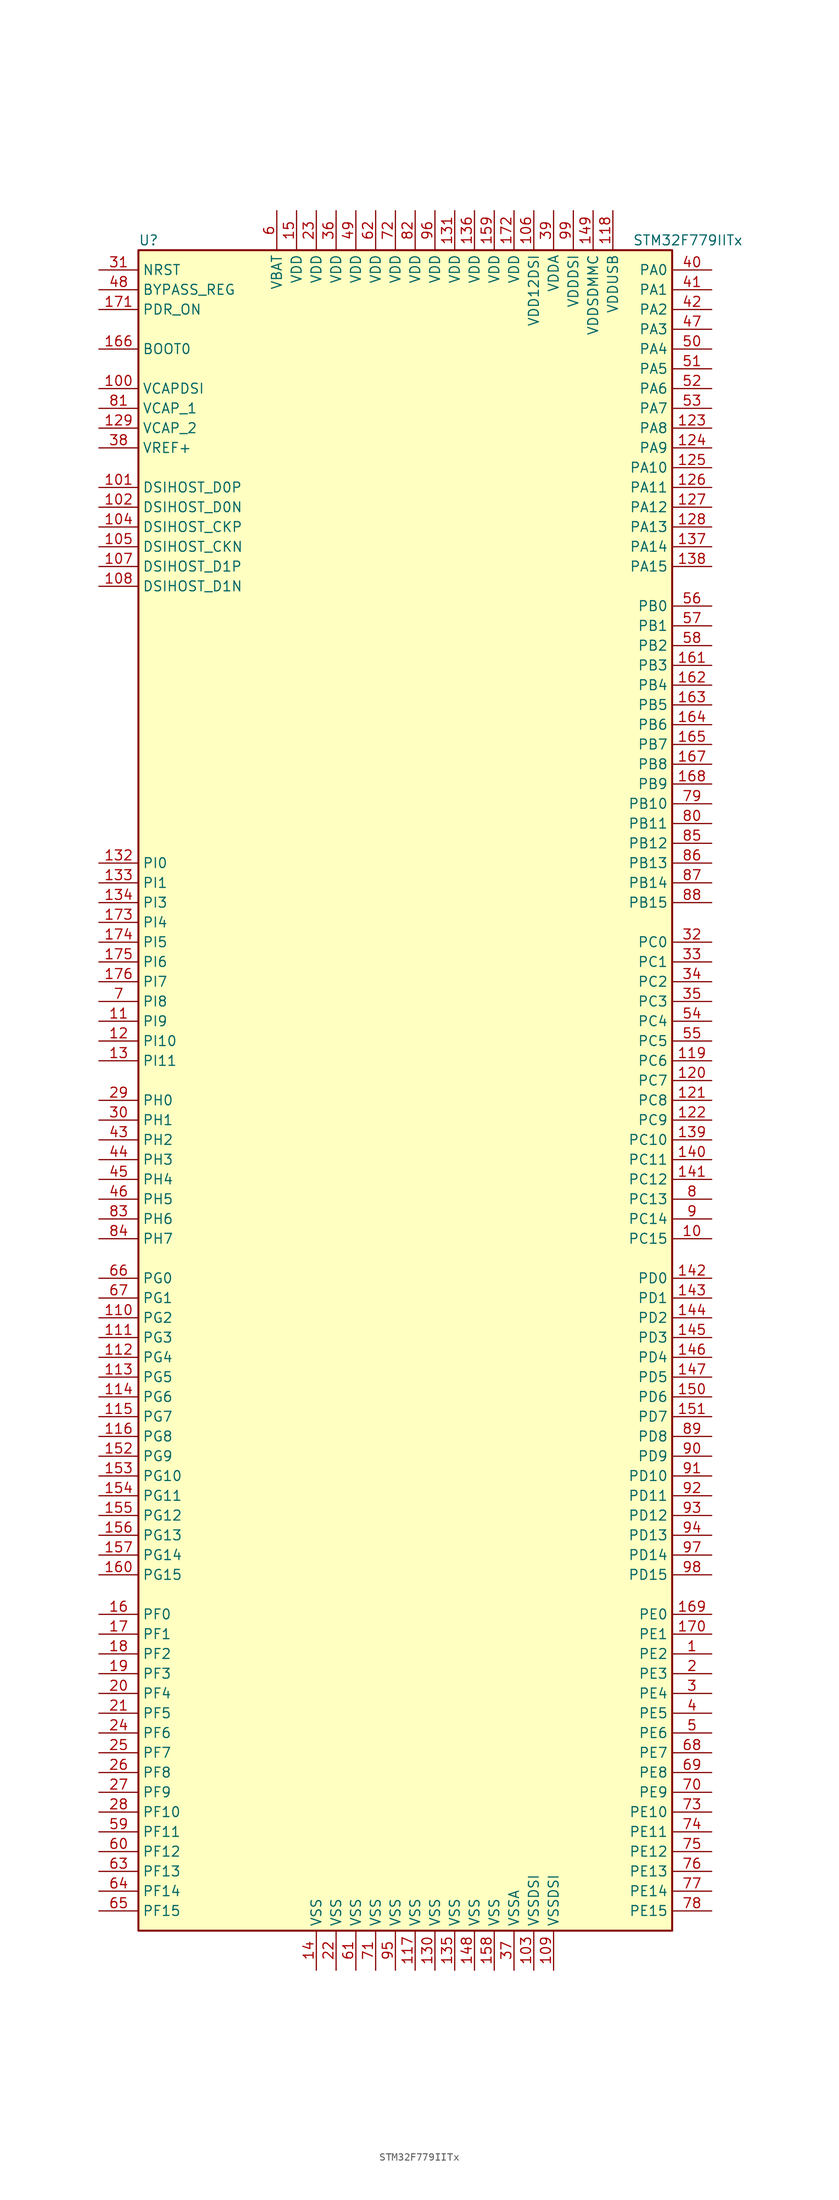
<source format=kicad_sym>
(kicad_symbol_lib
  (version 20201005)
  (generator kicad_symbol_editor)
  (symbol "STM32F779IITx"
    (property "Reference" "U"
      (at -35.56 107.95 0)
      (effects (font (size 1.27 1.27)) (justify left)))
    (property "Value" "STM32F779IITx"
      (at 27.94 107.95 0)
      (effects (font (size 1.27 1.27)) (justify left)))
    (symbol "STM32F779IITx_0_1"
      (rectangle (start -35.56 -109.22) (end 33.02 106.68) (stroke (width 0.254)) (fill (type background))))
    (symbol "STM32F779IITx_1_1"
      (pin bidirectional line (at 38.1 -73.66 180) (length 5.08) (name "PE2" (effects (font (size 1.27 1.27)))) (number "1" (effects (font (size 1.27 1.27)))))
      (pin bidirectional line (at 38.1 -20.32 180) (length 5.08) (name "PC15" (effects (font (size 1.27 1.27)))) (number "10" (effects (font (size 1.27 1.27)))))
      (pin power_in line (at -40.64 88.9 0) (length 5.08) (name "VCAPDSI" (effects (font (size 1.27 1.27)))) (number "100" (effects (font (size 1.27 1.27)))))
      (pin bidirectional line (at -40.64 76.2 0) (length 5.08) (name "DSIHOST_D0P" (effects (font (size 1.27 1.27)))) (number "101" (effects (font (size 1.27 1.27)))))
      (pin bidirectional line (at -40.64 73.66 0) (length 5.08) (name "DSIHOST_D0N" (effects (font (size 1.27 1.27)))) (number "102" (effects (font (size 1.27 1.27)))))
      (pin power_in line (at 15.24 -114.3 90) (length 5.08) (name "VSSDSI" (effects (font (size 1.27 1.27)))) (number "103" (effects (font (size 1.27 1.27)))))
      (pin bidirectional line (at -40.64 71.12 0) (length 5.08) (name "DSIHOST_CKP" (effects (font (size 1.27 1.27)))) (number "104" (effects (font (size 1.27 1.27)))))
      (pin bidirectional line (at -40.64 68.58 0) (length 5.08) (name "DSIHOST_CKN" (effects (font (size 1.27 1.27)))) (number "105" (effects (font (size 1.27 1.27)))))
      (pin power_in line (at 15.24 111.76 270) (length 5.08) (name "VDD12DSI" (effects (font (size 1.27 1.27)))) (number "106" (effects (font (size 1.27 1.27)))))
      (pin bidirectional line (at -40.64 66.04 0) (length 5.08) (name "DSIHOST_D1P" (effects (font (size 1.27 1.27)))) (number "107" (effects (font (size 1.27 1.27)))))
      (pin bidirectional line (at -40.64 63.5 0) (length 5.08) (name "DSIHOST_D1N" (effects (font (size 1.27 1.27)))) (number "108" (effects (font (size 1.27 1.27)))))
      (pin power_in line (at 17.78 -114.3 90) (length 5.08) (name "VSSDSI" (effects (font (size 1.27 1.27)))) (number "109" (effects (font (size 1.27 1.27)))))
      (pin bidirectional line (at -40.64 7.62 0) (length 5.08) (name "PI9" (effects (font (size 1.27 1.27)))) (number "11" (effects (font (size 1.27 1.27)))))
      (pin bidirectional line (at -40.64 -30.48 0) (length 5.08) (name "PG2" (effects (font (size 1.27 1.27)))) (number "110" (effects (font (size 1.27 1.27)))))
      (pin bidirectional line (at -40.64 -33.02 0) (length 5.08) (name "PG3" (effects (font (size 1.27 1.27)))) (number "111" (effects (font (size 1.27 1.27)))))
      (pin bidirectional line (at -40.64 -35.56 0) (length 5.08) (name "PG4" (effects (font (size 1.27 1.27)))) (number "112" (effects (font (size 1.27 1.27)))))
      (pin bidirectional line (at -40.64 -38.1 0) (length 5.08) (name "PG5" (effects (font (size 1.27 1.27)))) (number "113" (effects (font (size 1.27 1.27)))))
      (pin bidirectional line (at -40.64 -40.64 0) (length 5.08) (name "PG6" (effects (font (size 1.27 1.27)))) (number "114" (effects (font (size 1.27 1.27)))))
      (pin bidirectional line (at -40.64 -43.18 0) (length 5.08) (name "PG7" (effects (font (size 1.27 1.27)))) (number "115" (effects (font (size 1.27 1.27)))))
      (pin bidirectional line (at -40.64 -45.72 0) (length 5.08) (name "PG8" (effects (font (size 1.27 1.27)))) (number "116" (effects (font (size 1.27 1.27)))))
      (pin power_in line (at 0 -114.3 90) (length 5.08) (name "VSS" (effects (font (size 1.27 1.27)))) (number "117" (effects (font (size 1.27 1.27)))))
      (pin power_in line (at 25.4 111.76 270) (length 5.08) (name "VDDUSB" (effects (font (size 1.27 1.27)))) (number "118" (effects (font (size 1.27 1.27)))))
      (pin bidirectional line (at 38.1 2.54 180) (length 5.08) (name "PC6" (effects (font (size 1.27 1.27)))) (number "119" (effects (font (size 1.27 1.27)))))
      (pin bidirectional line (at -40.64 5.08 0) (length 5.08) (name "PI10" (effects (font (size 1.27 1.27)))) (number "12" (effects (font (size 1.27 1.27)))))
      (pin bidirectional line (at 38.1 0 180) (length 5.08) (name "PC7" (effects (font (size 1.27 1.27)))) (number "120" (effects (font (size 1.27 1.27)))))
      (pin bidirectional line (at 38.1 -2.54 180) (length 5.08) (name "PC8" (effects (font (size 1.27 1.27)))) (number "121" (effects (font (size 1.27 1.27)))))
      (pin bidirectional line (at 38.1 -5.08 180) (length 5.08) (name "PC9" (effects (font (size 1.27 1.27)))) (number "122" (effects (font (size 1.27 1.27)))))
      (pin bidirectional line (at 38.1 83.82 180) (length 5.08) (name "PA8" (effects (font (size 1.27 1.27)))) (number "123" (effects (font (size 1.27 1.27)))))
      (pin bidirectional line (at 38.1 81.28 180) (length 5.08) (name "PA9" (effects (font (size 1.27 1.27)))) (number "124" (effects (font (size 1.27 1.27)))))
      (pin bidirectional line (at 38.1 78.74 180) (length 5.08) (name "PA10" (effects (font (size 1.27 1.27)))) (number "125" (effects (font (size 1.27 1.27)))))
      (pin bidirectional line (at 38.1 76.2 180) (length 5.08) (name "PA11" (effects (font (size 1.27 1.27)))) (number "126" (effects (font (size 1.27 1.27)))))
      (pin bidirectional line (at 38.1 73.66 180) (length 5.08) (name "PA12" (effects (font (size 1.27 1.27)))) (number "127" (effects (font (size 1.27 1.27)))))
      (pin bidirectional line (at 38.1 71.12 180) (length 5.08) (name "PA13" (effects (font (size 1.27 1.27)))) (number "128" (effects (font (size 1.27 1.27)))))
      (pin power_in line (at -40.64 83.82 0) (length 5.08) (name "VCAP_2" (effects (font (size 1.27 1.27)))) (number "129" (effects (font (size 1.27 1.27)))))
      (pin bidirectional line (at -40.64 2.54 0) (length 5.08) (name "PI11" (effects (font (size 1.27 1.27)))) (number "13" (effects (font (size 1.27 1.27)))))
      (pin power_in line (at 2.54 -114.3 90) (length 5.08) (name "VSS" (effects (font (size 1.27 1.27)))) (number "130" (effects (font (size 1.27 1.27)))))
      (pin power_in line (at 5.08 111.76 270) (length 5.08) (name "VDD" (effects (font (size 1.27 1.27)))) (number "131" (effects (font (size 1.27 1.27)))))
      (pin bidirectional line (at -40.64 27.94 0) (length 5.08) (name "PI0" (effects (font (size 1.27 1.27)))) (number "132" (effects (font (size 1.27 1.27)))))
      (pin bidirectional line (at -40.64 25.4 0) (length 5.08) (name "PI1" (effects (font (size 1.27 1.27)))) (number "133" (effects (font (size 1.27 1.27)))))
      (pin bidirectional line (at -40.64 22.86 0) (length 5.08) (name "PI3" (effects (font (size 1.27 1.27)))) (number "134" (effects (font (size 1.27 1.27)))))
      (pin power_in line (at 5.08 -114.3 90) (length 5.08) (name "VSS" (effects (font (size 1.27 1.27)))) (number "135" (effects (font (size 1.27 1.27)))))
      (pin power_in line (at 7.62 111.76 270) (length 5.08) (name "VDD" (effects (font (size 1.27 1.27)))) (number "136" (effects (font (size 1.27 1.27)))))
      (pin bidirectional line (at 38.1 68.58 180) (length 5.08) (name "PA14" (effects (font (size 1.27 1.27)))) (number "137" (effects (font (size 1.27 1.27)))))
      (pin bidirectional line (at 38.1 66.04 180) (length 5.08) (name "PA15" (effects (font (size 1.27 1.27)))) (number "138" (effects (font (size 1.27 1.27)))))
      (pin bidirectional line (at 38.1 -7.62 180) (length 5.08) (name "PC10" (effects (font (size 1.27 1.27)))) (number "139" (effects (font (size 1.27 1.27)))))
      (pin power_in line (at -12.7 -114.3 90) (length 5.08) (name "VSS" (effects (font (size 1.27 1.27)))) (number "14" (effects (font (size 1.27 1.27)))))
      (pin bidirectional line (at 38.1 -10.16 180) (length 5.08) (name "PC11" (effects (font (size 1.27 1.27)))) (number "140" (effects (font (size 1.27 1.27)))))
      (pin bidirectional line (at 38.1 -12.7 180) (length 5.08) (name "PC12" (effects (font (size 1.27 1.27)))) (number "141" (effects (font (size 1.27 1.27)))))
      (pin bidirectional line (at 38.1 -25.4 180) (length 5.08) (name "PD0" (effects (font (size 1.27 1.27)))) (number "142" (effects (font (size 1.27 1.27)))))
      (pin bidirectional line (at 38.1 -27.94 180) (length 5.08) (name "PD1" (effects (font (size 1.27 1.27)))) (number "143" (effects (font (size 1.27 1.27)))))
      (pin bidirectional line (at 38.1 -30.48 180) (length 5.08) (name "PD2" (effects (font (size 1.27 1.27)))) (number "144" (effects (font (size 1.27 1.27)))))
      (pin bidirectional line (at 38.1 -33.02 180) (length 5.08) (name "PD3" (effects (font (size 1.27 1.27)))) (number "145" (effects (font (size 1.27 1.27)))))
      (pin bidirectional line (at 38.1 -35.56 180) (length 5.08) (name "PD4" (effects (font (size 1.27 1.27)))) (number "146" (effects (font (size 1.27 1.27)))))
      (pin bidirectional line (at 38.1 -38.1 180) (length 5.08) (name "PD5" (effects (font (size 1.27 1.27)))) (number "147" (effects (font (size 1.27 1.27)))))
      (pin power_in line (at 7.62 -114.3 90) (length 5.08) (name "VSS" (effects (font (size 1.27 1.27)))) (number "148" (effects (font (size 1.27 1.27)))))
      (pin power_in line (at 22.86 111.76 270) (length 5.08) (name "VDDSDMMC" (effects (font (size 1.27 1.27)))) (number "149" (effects (font (size 1.27 1.27)))))
      (pin power_in line (at -15.24 111.76 270) (length 5.08) (name "VDD" (effects (font (size 1.27 1.27)))) (number "15" (effects (font (size 1.27 1.27)))))
      (pin bidirectional line (at 38.1 -40.64 180) (length 5.08) (name "PD6" (effects (font (size 1.27 1.27)))) (number "150" (effects (font (size 1.27 1.27)))))
      (pin bidirectional line (at 38.1 -43.18 180) (length 5.08) (name "PD7" (effects (font (size 1.27 1.27)))) (number "151" (effects (font (size 1.27 1.27)))))
      (pin bidirectional line (at -40.64 -48.26 0) (length 5.08) (name "PG9" (effects (font (size 1.27 1.27)))) (number "152" (effects (font (size 1.27 1.27)))))
      (pin bidirectional line (at -40.64 -50.8 0) (length 5.08) (name "PG10" (effects (font (size 1.27 1.27)))) (number "153" (effects (font (size 1.27 1.27)))))
      (pin bidirectional line (at -40.64 -53.34 0) (length 5.08) (name "PG11" (effects (font (size 1.27 1.27)))) (number "154" (effects (font (size 1.27 1.27)))))
      (pin bidirectional line (at -40.64 -55.88 0) (length 5.08) (name "PG12" (effects (font (size 1.27 1.27)))) (number "155" (effects (font (size 1.27 1.27)))))
      (pin bidirectional line (at -40.64 -58.42 0) (length 5.08) (name "PG13" (effects (font (size 1.27 1.27)))) (number "156" (effects (font (size 1.27 1.27)))))
      (pin bidirectional line (at -40.64 -60.96 0) (length 5.08) (name "PG14" (effects (font (size 1.27 1.27)))) (number "157" (effects (font (size 1.27 1.27)))))
      (pin power_in line (at 10.16 -114.3 90) (length 5.08) (name "VSS" (effects (font (size 1.27 1.27)))) (number "158" (effects (font (size 1.27 1.27)))))
      (pin power_in line (at 10.16 111.76 270) (length 5.08) (name "VDD" (effects (font (size 1.27 1.27)))) (number "159" (effects (font (size 1.27 1.27)))))
      (pin bidirectional line (at -40.64 -68.58 0) (length 5.08) (name "PF0" (effects (font (size 1.27 1.27)))) (number "16" (effects (font (size 1.27 1.27)))))
      (pin bidirectional line (at -40.64 -63.5 0) (length 5.08) (name "PG15" (effects (font (size 1.27 1.27)))) (number "160" (effects (font (size 1.27 1.27)))))
      (pin bidirectional line (at 38.1 53.34 180) (length 5.08) (name "PB3" (effects (font (size 1.27 1.27)))) (number "161" (effects (font (size 1.27 1.27)))))
      (pin bidirectional line (at 38.1 50.8 180) (length 5.08) (name "PB4" (effects (font (size 1.27 1.27)))) (number "162" (effects (font (size 1.27 1.27)))))
      (pin bidirectional line (at 38.1 48.26 180) (length 5.08) (name "PB5" (effects (font (size 1.27 1.27)))) (number "163" (effects (font (size 1.27 1.27)))))
      (pin bidirectional line (at 38.1 45.72 180) (length 5.08) (name "PB6" (effects (font (size 1.27 1.27)))) (number "164" (effects (font (size 1.27 1.27)))))
      (pin bidirectional line (at 38.1 43.18 180) (length 5.08) (name "PB7" (effects (font (size 1.27 1.27)))) (number "165" (effects (font (size 1.27 1.27)))))
      (pin input line (at -40.64 93.98 0) (length 5.08) (name "BOOT0" (effects (font (size 1.27 1.27)))) (number "166" (effects (font (size 1.27 1.27)))))
      (pin bidirectional line (at 38.1 40.64 180) (length 5.08) (name "PB8" (effects (font (size 1.27 1.27)))) (number "167" (effects (font (size 1.27 1.27)))))
      (pin bidirectional line (at 38.1 38.1 180) (length 5.08) (name "PB9" (effects (font (size 1.27 1.27)))) (number "168" (effects (font (size 1.27 1.27)))))
      (pin bidirectional line (at 38.1 -68.58 180) (length 5.08) (name "PE0" (effects (font (size 1.27 1.27)))) (number "169" (effects (font (size 1.27 1.27)))))
      (pin bidirectional line (at -40.64 -71.12 0) (length 5.08) (name "PF1" (effects (font (size 1.27 1.27)))) (number "17" (effects (font (size 1.27 1.27)))))
      (pin bidirectional line (at 38.1 -71.12 180) (length 5.08) (name "PE1" (effects (font (size 1.27 1.27)))) (number "170" (effects (font (size 1.27 1.27)))))
      (pin input line (at -40.64 99.06 0) (length 5.08) (name "PDR_ON" (effects (font (size 1.27 1.27)))) (number "171" (effects (font (size 1.27 1.27)))))
      (pin power_in line (at 12.7 111.76 270) (length 5.08) (name "VDD" (effects (font (size 1.27 1.27)))) (number "172" (effects (font (size 1.27 1.27)))))
      (pin bidirectional line (at -40.64 20.32 0) (length 5.08) (name "PI4" (effects (font (size 1.27 1.27)))) (number "173" (effects (font (size 1.27 1.27)))))
      (pin bidirectional line (at -40.64 17.78 0) (length 5.08) (name "PI5" (effects (font (size 1.27 1.27)))) (number "174" (effects (font (size 1.27 1.27)))))
      (pin bidirectional line (at -40.64 15.24 0) (length 5.08) (name "PI6" (effects (font (size 1.27 1.27)))) (number "175" (effects (font (size 1.27 1.27)))))
      (pin bidirectional line (at -40.64 12.7 0) (length 5.08) (name "PI7" (effects (font (size 1.27 1.27)))) (number "176" (effects (font (size 1.27 1.27)))))
      (pin bidirectional line (at -40.64 -73.66 0) (length 5.08) (name "PF2" (effects (font (size 1.27 1.27)))) (number "18" (effects (font (size 1.27 1.27)))))
      (pin bidirectional line (at -40.64 -76.2 0) (length 5.08) (name "PF3" (effects (font (size 1.27 1.27)))) (number "19" (effects (font (size 1.27 1.27)))))
      (pin bidirectional line (at 38.1 -76.2 180) (length 5.08) (name "PE3" (effects (font (size 1.27 1.27)))) (number "2" (effects (font (size 1.27 1.27)))))
      (pin bidirectional line (at -40.64 -78.74 0) (length 5.08) (name "PF4" (effects (font (size 1.27 1.27)))) (number "20" (effects (font (size 1.27 1.27)))))
      (pin bidirectional line (at -40.64 -81.28 0) (length 5.08) (name "PF5" (effects (font (size 1.27 1.27)))) (number "21" (effects (font (size 1.27 1.27)))))
      (pin power_in line (at -10.16 -114.3 90) (length 5.08) (name "VSS" (effects (font (size 1.27 1.27)))) (number "22" (effects (font (size 1.27 1.27)))))
      (pin power_in line (at -12.7 111.76 270) (length 5.08) (name "VDD" (effects (font (size 1.27 1.27)))) (number "23" (effects (font (size 1.27 1.27)))))
      (pin bidirectional line (at -40.64 -83.82 0) (length 5.08) (name "PF6" (effects (font (size 1.27 1.27)))) (number "24" (effects (font (size 1.27 1.27)))))
      (pin bidirectional line (at -40.64 -86.36 0) (length 5.08) (name "PF7" (effects (font (size 1.27 1.27)))) (number "25" (effects (font (size 1.27 1.27)))))
      (pin bidirectional line (at -40.64 -88.9 0) (length 5.08) (name "PF8" (effects (font (size 1.27 1.27)))) (number "26" (effects (font (size 1.27 1.27)))))
      (pin bidirectional line (at -40.64 -91.44 0) (length 5.08) (name "PF9" (effects (font (size 1.27 1.27)))) (number "27" (effects (font (size 1.27 1.27)))))
      (pin bidirectional line (at -40.64 -93.98 0) (length 5.08) (name "PF10" (effects (font (size 1.27 1.27)))) (number "28" (effects (font (size 1.27 1.27)))))
      (pin input line (at -40.64 -2.54 0) (length 5.08) (name "PH0" (effects (font (size 1.27 1.27)))) (number "29" (effects (font (size 1.27 1.27)))))
      (pin bidirectional line (at 38.1 -78.74 180) (length 5.08) (name "PE4" (effects (font (size 1.27 1.27)))) (number "3" (effects (font (size 1.27 1.27)))))
      (pin input line (at -40.64 -5.08 0) (length 5.08) (name "PH1" (effects (font (size 1.27 1.27)))) (number "30" (effects (font (size 1.27 1.27)))))
      (pin input line (at -40.64 104.14 0) (length 5.08) (name "NRST" (effects (font (size 1.27 1.27)))) (number "31" (effects (font (size 1.27 1.27)))))
      (pin bidirectional line (at 38.1 17.78 180) (length 5.08) (name "PC0" (effects (font (size 1.27 1.27)))) (number "32" (effects (font (size 1.27 1.27)))))
      (pin bidirectional line (at 38.1 15.24 180) (length 5.08) (name "PC1" (effects (font (size 1.27 1.27)))) (number "33" (effects (font (size 1.27 1.27)))))
      (pin bidirectional line (at 38.1 12.7 180) (length 5.08) (name "PC2" (effects (font (size 1.27 1.27)))) (number "34" (effects (font (size 1.27 1.27)))))
      (pin bidirectional line (at 38.1 10.16 180) (length 5.08) (name "PC3" (effects (font (size 1.27 1.27)))) (number "35" (effects (font (size 1.27 1.27)))))
      (pin power_in line (at -10.16 111.76 270) (length 5.08) (name "VDD" (effects (font (size 1.27 1.27)))) (number "36" (effects (font (size 1.27 1.27)))))
      (pin power_in line (at 12.7 -114.3 90) (length 5.08) (name "VSSA" (effects (font (size 1.27 1.27)))) (number "37" (effects (font (size 1.27 1.27)))))
      (pin power_in line (at -40.64 81.28 0) (length 5.08) (name "VREF+" (effects (font (size 1.27 1.27)))) (number "38" (effects (font (size 1.27 1.27)))))
      (pin power_in line (at 17.78 111.76 270) (length 5.08) (name "VDDA" (effects (font (size 1.27 1.27)))) (number "39" (effects (font (size 1.27 1.27)))))
      (pin bidirectional line (at 38.1 -81.28 180) (length 5.08) (name "PE5" (effects (font (size 1.27 1.27)))) (number "4" (effects (font (size 1.27 1.27)))))
      (pin bidirectional line (at 38.1 104.14 180) (length 5.08) (name "PA0" (effects (font (size 1.27 1.27)))) (number "40" (effects (font (size 1.27 1.27)))))
      (pin bidirectional line (at 38.1 101.6 180) (length 5.08) (name "PA1" (effects (font (size 1.27 1.27)))) (number "41" (effects (font (size 1.27 1.27)))))
      (pin bidirectional line (at 38.1 99.06 180) (length 5.08) (name "PA2" (effects (font (size 1.27 1.27)))) (number "42" (effects (font (size 1.27 1.27)))))
      (pin bidirectional line (at -40.64 -7.62 0) (length 5.08) (name "PH2" (effects (font (size 1.27 1.27)))) (number "43" (effects (font (size 1.27 1.27)))))
      (pin bidirectional line (at -40.64 -10.16 0) (length 5.08) (name "PH3" (effects (font (size 1.27 1.27)))) (number "44" (effects (font (size 1.27 1.27)))))
      (pin bidirectional line (at -40.64 -12.7 0) (length 5.08) (name "PH4" (effects (font (size 1.27 1.27)))) (number "45" (effects (font (size 1.27 1.27)))))
      (pin bidirectional line (at -40.64 -15.24 0) (length 5.08) (name "PH5" (effects (font (size 1.27 1.27)))) (number "46" (effects (font (size 1.27 1.27)))))
      (pin bidirectional line (at 38.1 96.52 180) (length 5.08) (name "PA3" (effects (font (size 1.27 1.27)))) (number "47" (effects (font (size 1.27 1.27)))))
      (pin input line (at -40.64 101.6 0) (length 5.08) (name "BYPASS_REG" (effects (font (size 1.27 1.27)))) (number "48" (effects (font (size 1.27 1.27)))))
      (pin power_in line (at -7.62 111.76 270) (length 5.08) (name "VDD" (effects (font (size 1.27 1.27)))) (number "49" (effects (font (size 1.27 1.27)))))
      (pin bidirectional line (at 38.1 -83.82 180) (length 5.08) (name "PE6" (effects (font (size 1.27 1.27)))) (number "5" (effects (font (size 1.27 1.27)))))
      (pin bidirectional line (at 38.1 93.98 180) (length 5.08) (name "PA4" (effects (font (size 1.27 1.27)))) (number "50" (effects (font (size 1.27 1.27)))))
      (pin bidirectional line (at 38.1 91.44 180) (length 5.08) (name "PA5" (effects (font (size 1.27 1.27)))) (number "51" (effects (font (size 1.27 1.27)))))
      (pin bidirectional line (at 38.1 88.9 180) (length 5.08) (name "PA6" (effects (font (size 1.27 1.27)))) (number "52" (effects (font (size 1.27 1.27)))))
      (pin bidirectional line (at 38.1 86.36 180) (length 5.08) (name "PA7" (effects (font (size 1.27 1.27)))) (number "53" (effects (font (size 1.27 1.27)))))
      (pin bidirectional line (at 38.1 7.62 180) (length 5.08) (name "PC4" (effects (font (size 1.27 1.27)))) (number "54" (effects (font (size 1.27 1.27)))))
      (pin bidirectional line (at 38.1 5.08 180) (length 5.08) (name "PC5" (effects (font (size 1.27 1.27)))) (number "55" (effects (font (size 1.27 1.27)))))
      (pin bidirectional line (at 38.1 60.96 180) (length 5.08) (name "PB0" (effects (font (size 1.27 1.27)))) (number "56" (effects (font (size 1.27 1.27)))))
      (pin bidirectional line (at 38.1 58.42 180) (length 5.08) (name "PB1" (effects (font (size 1.27 1.27)))) (number "57" (effects (font (size 1.27 1.27)))))
      (pin bidirectional line (at 38.1 55.88 180) (length 5.08) (name "PB2" (effects (font (size 1.27 1.27)))) (number "58" (effects (font (size 1.27 1.27)))))
      (pin bidirectional line (at -40.64 -96.52 0) (length 5.08) (name "PF11" (effects (font (size 1.27 1.27)))) (number "59" (effects (font (size 1.27 1.27)))))
      (pin power_in line (at -17.78 111.76 270) (length 5.08) (name "VBAT" (effects (font (size 1.27 1.27)))) (number "6" (effects (font (size 1.27 1.27)))))
      (pin bidirectional line (at -40.64 -99.06 0) (length 5.08) (name "PF12" (effects (font (size 1.27 1.27)))) (number "60" (effects (font (size 1.27 1.27)))))
      (pin power_in line (at -7.62 -114.3 90) (length 5.08) (name "VSS" (effects (font (size 1.27 1.27)))) (number "61" (effects (font (size 1.27 1.27)))))
      (pin power_in line (at -5.08 111.76 270) (length 5.08) (name "VDD" (effects (font (size 1.27 1.27)))) (number "62" (effects (font (size 1.27 1.27)))))
      (pin bidirectional line (at -40.64 -101.6 0) (length 5.08) (name "PF13" (effects (font (size 1.27 1.27)))) (number "63" (effects (font (size 1.27 1.27)))))
      (pin bidirectional line (at -40.64 -104.14 0) (length 5.08) (name "PF14" (effects (font (size 1.27 1.27)))) (number "64" (effects (font (size 1.27 1.27)))))
      (pin bidirectional line (at -40.64 -106.68 0) (length 5.08) (name "PF15" (effects (font (size 1.27 1.27)))) (number "65" (effects (font (size 1.27 1.27)))))
      (pin bidirectional line (at -40.64 -25.4 0) (length 5.08) (name "PG0" (effects (font (size 1.27 1.27)))) (number "66" (effects (font (size 1.27 1.27)))))
      (pin bidirectional line (at -40.64 -27.94 0) (length 5.08) (name "PG1" (effects (font (size 1.27 1.27)))) (number "67" (effects (font (size 1.27 1.27)))))
      (pin bidirectional line (at 38.1 -86.36 180) (length 5.08) (name "PE7" (effects (font (size 1.27 1.27)))) (number "68" (effects (font (size 1.27 1.27)))))
      (pin bidirectional line (at 38.1 -88.9 180) (length 5.08) (name "PE8" (effects (font (size 1.27 1.27)))) (number "69" (effects (font (size 1.27 1.27)))))
      (pin bidirectional line (at -40.64 10.16 0) (length 5.08) (name "PI8" (effects (font (size 1.27 1.27)))) (number "7" (effects (font (size 1.27 1.27)))))
      (pin bidirectional line (at 38.1 -91.44 180) (length 5.08) (name "PE9" (effects (font (size 1.27 1.27)))) (number "70" (effects (font (size 1.27 1.27)))))
      (pin power_in line (at -5.08 -114.3 90) (length 5.08) (name "VSS" (effects (font (size 1.27 1.27)))) (number "71" (effects (font (size 1.27 1.27)))))
      (pin power_in line (at -2.54 111.76 270) (length 5.08) (name "VDD" (effects (font (size 1.27 1.27)))) (number "72" (effects (font (size 1.27 1.27)))))
      (pin bidirectional line (at 38.1 -93.98 180) (length 5.08) (name "PE10" (effects (font (size 1.27 1.27)))) (number "73" (effects (font (size 1.27 1.27)))))
      (pin bidirectional line (at 38.1 -96.52 180) (length 5.08) (name "PE11" (effects (font (size 1.27 1.27)))) (number "74" (effects (font (size 1.27 1.27)))))
      (pin bidirectional line (at 38.1 -99.06 180) (length 5.08) (name "PE12" (effects (font (size 1.27 1.27)))) (number "75" (effects (font (size 1.27 1.27)))))
      (pin bidirectional line (at 38.1 -101.6 180) (length 5.08) (name "PE13" (effects (font (size 1.27 1.27)))) (number "76" (effects (font (size 1.27 1.27)))))
      (pin bidirectional line (at 38.1 -104.14 180) (length 5.08) (name "PE14" (effects (font (size 1.27 1.27)))) (number "77" (effects (font (size 1.27 1.27)))))
      (pin bidirectional line (at 38.1 -106.68 180) (length 5.08) (name "PE15" (effects (font (size 1.27 1.27)))) (number "78" (effects (font (size 1.27 1.27)))))
      (pin bidirectional line (at 38.1 35.56 180) (length 5.08) (name "PB10" (effects (font (size 1.27 1.27)))) (number "79" (effects (font (size 1.27 1.27)))))
      (pin bidirectional line (at 38.1 -15.24 180) (length 5.08) (name "PC13" (effects (font (size 1.27 1.27)))) (number "8" (effects (font (size 1.27 1.27)))))
      (pin bidirectional line (at 38.1 33.02 180) (length 5.08) (name "PB11" (effects (font (size 1.27 1.27)))) (number "80" (effects (font (size 1.27 1.27)))))
      (pin power_in line (at -40.64 86.36 0) (length 5.08) (name "VCAP_1" (effects (font (size 1.27 1.27)))) (number "81" (effects (font (size 1.27 1.27)))))
      (pin power_in line (at 0 111.76 270) (length 5.08) (name "VDD" (effects (font (size 1.27 1.27)))) (number "82" (effects (font (size 1.27 1.27)))))
      (pin bidirectional line (at -40.64 -17.78 0) (length 5.08) (name "PH6" (effects (font (size 1.27 1.27)))) (number "83" (effects (font (size 1.27 1.27)))))
      (pin bidirectional line (at -40.64 -20.32 0) (length 5.08) (name "PH7" (effects (font (size 1.27 1.27)))) (number "84" (effects (font (size 1.27 1.27)))))
      (pin bidirectional line (at 38.1 30.48 180) (length 5.08) (name "PB12" (effects (font (size 1.27 1.27)))) (number "85" (effects (font (size 1.27 1.27)))))
      (pin bidirectional line (at 38.1 27.94 180) (length 5.08) (name "PB13" (effects (font (size 1.27 1.27)))) (number "86" (effects (font (size 1.27 1.27)))))
      (pin bidirectional line (at 38.1 25.4 180) (length 5.08) (name "PB14" (effects (font (size 1.27 1.27)))) (number "87" (effects (font (size 1.27 1.27)))))
      (pin bidirectional line (at 38.1 22.86 180) (length 5.08) (name "PB15" (effects (font (size 1.27 1.27)))) (number "88" (effects (font (size 1.27 1.27)))))
      (pin bidirectional line (at 38.1 -45.72 180) (length 5.08) (name "PD8" (effects (font (size 1.27 1.27)))) (number "89" (effects (font (size 1.27 1.27)))))
      (pin bidirectional line (at 38.1 -17.78 180) (length 5.08) (name "PC14" (effects (font (size 1.27 1.27)))) (number "9" (effects (font (size 1.27 1.27)))))
      (pin bidirectional line (at 38.1 -48.26 180) (length 5.08) (name "PD9" (effects (font (size 1.27 1.27)))) (number "90" (effects (font (size 1.27 1.27)))))
      (pin bidirectional line (at 38.1 -50.8 180) (length 5.08) (name "PD10" (effects (font (size 1.27 1.27)))) (number "91" (effects (font (size 1.27 1.27)))))
      (pin bidirectional line (at 38.1 -53.34 180) (length 5.08) (name "PD11" (effects (font (size 1.27 1.27)))) (number "92" (effects (font (size 1.27 1.27)))))
      (pin bidirectional line (at 38.1 -55.88 180) (length 5.08) (name "PD12" (effects (font (size 1.27 1.27)))) (number "93" (effects (font (size 1.27 1.27)))))
      (pin bidirectional line (at 38.1 -58.42 180) (length 5.08) (name "PD13" (effects (font (size 1.27 1.27)))) (number "94" (effects (font (size 1.27 1.27)))))
      (pin power_in line (at -2.54 -114.3 90) (length 5.08) (name "VSS" (effects (font (size 1.27 1.27)))) (number "95" (effects (font (size 1.27 1.27)))))
      (pin power_in line (at 2.54 111.76 270) (length 5.08) (name "VDD" (effects (font (size 1.27 1.27)))) (number "96" (effects (font (size 1.27 1.27)))))
      (pin bidirectional line (at 38.1 -60.96 180) (length 5.08) (name "PD14" (effects (font (size 1.27 1.27)))) (number "97" (effects (font (size 1.27 1.27)))))
      (pin bidirectional line (at 38.1 -63.5 180) (length 5.08) (name "PD15" (effects (font (size 1.27 1.27)))) (number "98" (effects (font (size 1.27 1.27)))))
      (pin power_in line (at 20.32 111.76 270) (length 5.08) (name "VDDDSI" (effects (font (size 1.27 1.27)))) (number "99" (effects (font (size 1.27 1.27))))))))
</source>
